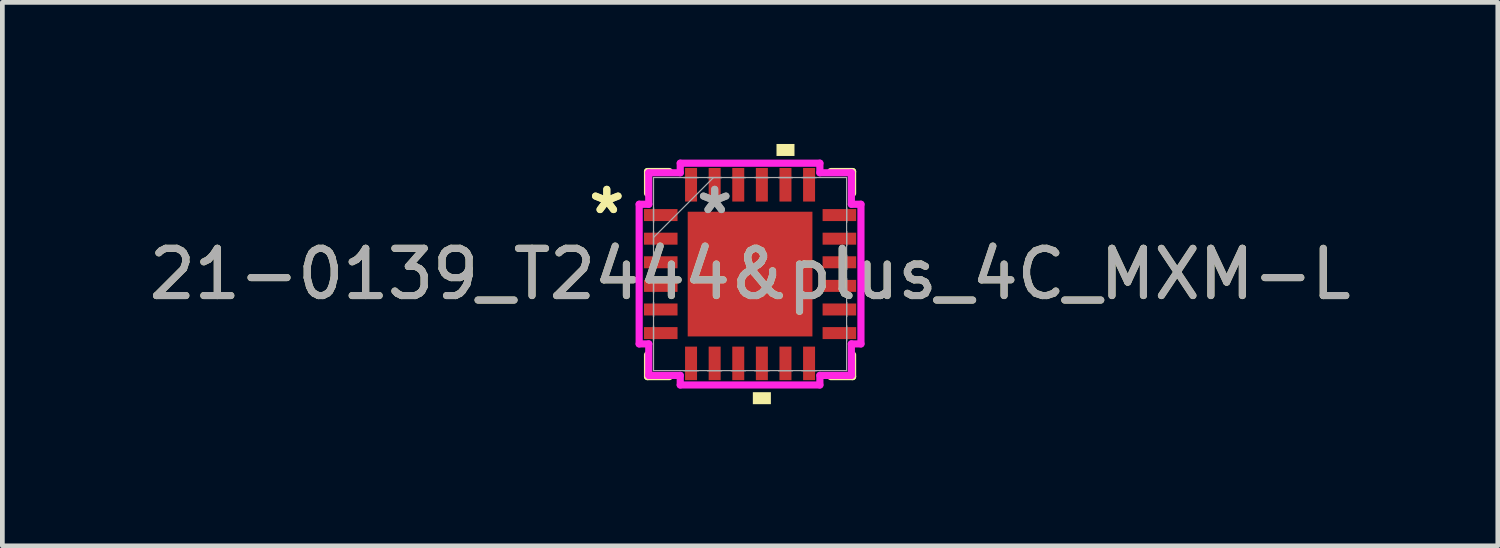
<source format=kicad_pcb>
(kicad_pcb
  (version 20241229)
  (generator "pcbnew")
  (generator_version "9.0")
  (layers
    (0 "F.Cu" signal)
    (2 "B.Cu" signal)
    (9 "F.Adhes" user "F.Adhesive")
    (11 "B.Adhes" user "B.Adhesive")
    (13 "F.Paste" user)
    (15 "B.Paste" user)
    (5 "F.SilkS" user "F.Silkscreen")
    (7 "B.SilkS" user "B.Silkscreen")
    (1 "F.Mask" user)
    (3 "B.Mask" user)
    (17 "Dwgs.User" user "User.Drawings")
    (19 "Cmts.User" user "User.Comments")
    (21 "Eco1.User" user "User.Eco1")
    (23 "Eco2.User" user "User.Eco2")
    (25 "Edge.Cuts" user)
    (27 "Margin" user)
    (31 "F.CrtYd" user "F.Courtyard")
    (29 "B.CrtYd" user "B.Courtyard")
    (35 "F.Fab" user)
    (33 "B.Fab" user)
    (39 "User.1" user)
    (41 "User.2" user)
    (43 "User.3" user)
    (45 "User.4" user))
  (footprint "21-0139_T2444&plus_4C_MXM-L"
    (layer "F.Cu")
    (at 12.839 2.756)
    (property "Reference" "21-0139_T2444&plus_4C_MXM-L" (at 0 0 0) (unlocked yes) (layer "F.SilkS") (effects (font (size 1 1) (thickness 0.15))))
    (attr smd)
    (fp_line (start -2.172 -2.172) (end -2.172 -1.71) (stroke (width 0.152) (type solid)) (layer "F.SilkS"))
    (fp_line (start -2.172 1.71) (end -2.172 2.172) (stroke (width 0.152) (type solid)) (layer "F.SilkS"))
    (fp_line (start -2.172 2.172) (end -1.71 2.172) (stroke (width 0.152) (type solid)) (layer "F.SilkS"))
    (fp_line (start -1.71 -2.172) (end -2.172 -2.172) (stroke (width 0.152) (type solid)) (layer "F.SilkS"))
    (fp_line (start 1.71 2.172) (end 2.172 2.172) (stroke (width 0.152) (type solid)) (layer "F.SilkS"))
    (fp_line (start 2.172 -2.172) (end 1.71 -2.172) (stroke (width 0.152) (type solid)) (layer "F.SilkS"))
    (fp_line (start 2.172 -1.71) (end 2.172 -2.172) (stroke (width 0.152) (type solid)) (layer "F.SilkS"))
    (fp_line (start 2.172 2.172) (end 2.172 1.71) (stroke (width 0.152) (type solid)) (layer "F.SilkS"))
    (fp_poly (pts (xy 0.059 2.502) (xy 0.059 2.756) (xy 0.441 2.756) (xy 0.441 2.502)) (stroke (width 0) (type solid)) (fill yes) (layer "F.SilkS"))
    (fp_poly (pts (xy 0.56 -2.502) (xy 0.56 -2.756) (xy 0.941 -2.756) (xy 0.941 -2.502)) (stroke (width 0) (type solid)) (fill yes) (layer "F.SilkS"))
    (fp_line (start -2.349 -1.479) (end -2.146 -1.479) (stroke (width 0.152) (type solid)) (layer "F.CrtYd"))
    (fp_line (start -2.349 1.479) (end -2.349 -1.479) (stroke (width 0.152) (type solid)) (layer "F.CrtYd"))
    (fp_line (start -2.146 -2.146) (end -1.479 -2.146) (stroke (width 0.152) (type solid)) (layer "F.CrtYd"))
    (fp_line (start -2.146 -1.479) (end -2.146 -2.146) (stroke (width 0.152) (type solid)) (layer "F.CrtYd"))
    (fp_line (start -2.146 1.479) (end -2.349 1.479) (stroke (width 0.152) (type solid)) (layer "F.CrtYd"))
    (fp_line (start -2.146 2.146) (end -2.146 1.479) (stroke (width 0.152) (type solid)) (layer "F.CrtYd"))
    (fp_line (start -1.479 -2.349) (end 1.479 -2.349) (stroke (width 0.152) (type solid)) (layer "F.CrtYd"))
    (fp_line (start -1.479 -2.146) (end -1.479 -2.349) (stroke (width 0.152) (type solid)) (layer "F.CrtYd"))
    (fp_line (start -1.479 2.146) (end -2.146 2.146) (stroke (width 0.152) (type solid)) (layer "F.CrtYd"))
    (fp_line (start -1.479 2.349) (end -1.479 2.146) (stroke (width 0.152) (type solid)) (layer "F.CrtYd"))
    (fp_line (start 1.479 -2.349) (end 1.479 -2.146) (stroke (width 0.152) (type solid)) (layer "F.CrtYd"))
    (fp_line (start 1.479 -2.146) (end 2.146 -2.146) (stroke (width 0.152) (type solid)) (layer "F.CrtYd"))
    (fp_line (start 1.479 2.146) (end 1.479 2.349) (stroke (width 0.152) (type solid)) (layer "F.CrtYd"))
    (fp_line (start 1.479 2.349) (end -1.479 2.349) (stroke (width 0.152) (type solid)) (layer "F.CrtYd"))
    (fp_line (start 2.146 -2.146) (end 2.146 -1.479) (stroke (width 0.152) (type solid)) (layer "F.CrtYd"))
    (fp_line (start 2.146 -1.479) (end 2.349 -1.479) (stroke (width 0.152) (type solid)) (layer "F.CrtYd"))
    (fp_line (start 2.146 1.479) (end 2.146 2.146) (stroke (width 0.152) (type solid)) (layer "F.CrtYd"))
    (fp_line (start 2.146 2.146) (end 1.479 2.146) (stroke (width 0.152) (type solid)) (layer "F.CrtYd"))
    (fp_line (start 2.349 -1.479) (end 2.349 1.479) (stroke (width 0.152) (type solid)) (layer "F.CrtYd"))
    (fp_line (start 2.349 1.479) (end 2.146 1.479) (stroke (width 0.152) (type solid)) (layer "F.CrtYd"))
    (fp_line (start -2.045 -2.045) (end -2.045 2.045) (stroke (width 0.025) (type solid)) (layer "F.Fab"))
    (fp_line (start -2.045 -1.402) (end -2.045 -1.402) (stroke (width 0.025) (type solid)) (layer "F.Fab"))
    (fp_line (start -2.045 -1.402) (end -2.045 -1.098) (stroke (width 0.025) (type solid)) (layer "F.Fab"))
    (fp_line (start -2.045 -1.098) (end -2.045 -1.402) (stroke (width 0.025) (type solid)) (layer "F.Fab"))
    (fp_line (start -2.045 -1.098) (end -2.045 -1.098) (stroke (width 0.025) (type solid)) (layer "F.Fab"))
    (fp_line (start -2.045 -0.902) (end -2.045 -0.902) (stroke (width 0.025) (type solid)) (layer "F.Fab"))
    (fp_line (start -2.045 -0.902) (end -2.045 -0.598) (stroke (width 0.025) (type solid)) (layer "F.Fab"))
    (fp_line (start -2.045 -0.775) (end -0.775 -2.045) (stroke (width 0.025) (type solid)) (layer "F.Fab"))
    (fp_line (start -2.045 -0.598) (end -2.045 -0.902) (stroke (width 0.025) (type solid)) (layer "F.Fab"))
    (fp_line (start -2.045 -0.598) (end -2.045 -0.598) (stroke (width 0.025) (type solid)) (layer "F.Fab"))
    (fp_line (start -2.045 -0.402) (end -2.045 -0.402) (stroke (width 0.025) (type solid)) (layer "F.Fab"))
    (fp_line (start -2.045 -0.402) (end -2.045 -0.098) (stroke (width 0.025) (type solid)) (layer "F.Fab"))
    (fp_line (start -2.045 -0.098) (end -2.045 -0.402) (stroke (width 0.025) (type solid)) (layer "F.Fab"))
    (fp_line (start -2.045 -0.098) (end -2.045 -0.098) (stroke (width 0.025) (type solid)) (layer "F.Fab"))
    (fp_line (start -2.045 0.098) (end -2.045 0.098) (stroke (width 0.025) (type solid)) (layer "F.Fab"))
    (fp_line (start -2.045 0.098) (end -2.045 0.402) (stroke (width 0.025) (type solid)) (layer "F.Fab"))
    (fp_line (start -2.045 0.402) (end -2.045 0.098) (stroke (width 0.025) (type solid)) (layer "F.Fab"))
    (fp_line (start -2.045 0.402) (end -2.045 0.402) (stroke (width 0.025) (type solid)) (layer "F.Fab"))
    (fp_line (start -2.045 0.598) (end -2.045 0.598) (stroke (width 0.025) (type solid)) (layer "F.Fab"))
    (fp_line (start -2.045 0.598) (end -2.045 0.902) (stroke (width 0.025) (type solid)) (layer "F.Fab"))
    (fp_line (start -2.045 0.902) (end -2.045 0.598) (stroke (width 0.025) (type solid)) (layer "F.Fab"))
    (fp_line (start -2.045 0.902) (end -2.045 0.902) (stroke (width 0.025) (type solid)) (layer "F.Fab"))
    (fp_line (start -2.045 1.098) (end -2.045 1.098) (stroke (width 0.025) (type solid)) (layer "F.Fab"))
    (fp_line (start -2.045 1.098) (end -2.045 1.402) (stroke (width 0.025) (type solid)) (layer "F.Fab"))
    (fp_line (start -2.045 1.402) (end -2.045 1.098) (stroke (width 0.025) (type solid)) (layer "F.Fab"))
    (fp_line (start -2.045 1.402) (end -2.045 1.402) (stroke (width 0.025) (type solid)) (layer "F.Fab"))
    (fp_line (start -2.045 2.045) (end 2.045 2.045) (stroke (width 0.025) (type solid)) (layer "F.Fab"))
    (fp_line (start -1.402 -2.045) (end -1.402 -2.045) (stroke (width 0.025) (type solid)) (layer "F.Fab"))
    (fp_line (start -1.402 -2.045) (end -1.098 -2.045) (stroke (width 0.025) (type solid)) (layer "F.Fab"))
    (fp_line (start -1.402 2.045) (end -1.402 2.045) (stroke (width 0.025) (type solid)) (layer "F.Fab"))
    (fp_line (start -1.402 2.045) (end -1.098 2.045) (stroke (width 0.025) (type solid)) (layer "F.Fab"))
    (fp_line (start -1.098 -2.045) (end -1.402 -2.045) (stroke (width 0.025) (type solid)) (layer "F.Fab"))
    (fp_line (start -1.098 -2.045) (end -1.098 -2.045) (stroke (width 0.025) (type solid)) (layer "F.Fab"))
    (fp_line (start -1.098 2.045) (end -1.402 2.045) (stroke (width 0.025) (type solid)) (layer "F.Fab"))
    (fp_line (start -1.098 2.045) (end -1.098 2.045) (stroke (width 0.025) (type solid)) (layer "F.Fab"))
    (fp_line (start -0.902 -2.045) (end -0.902 -2.045) (stroke (width 0.025) (type solid)) (layer "F.Fab"))
    (fp_line (start -0.902 -2.045) (end -0.598 -2.045) (stroke (width 0.025) (type solid)) (layer "F.Fab"))
    (fp_line (start -0.902 2.045) (end -0.902 2.045) (stroke (width 0.025) (type solid)) (layer "F.Fab"))
    (fp_line (start -0.902 2.045) (end -0.598 2.045) (stroke (width 0.025) (type solid)) (layer "F.Fab"))
    (fp_line (start -0.598 -2.045) (end -0.902 -2.045) (stroke (width 0.025) (type solid)) (layer "F.Fab"))
    (fp_line (start -0.598 -2.045) (end -0.598 -2.045) (stroke (width 0.025) (type solid)) (layer "F.Fab"))
    (fp_line (start -0.598 2.045) (end -0.902 2.045) (stroke (width 0.025) (type solid)) (layer "F.Fab"))
    (fp_line (start -0.598 2.045) (end -0.598 2.045) (stroke (width 0.025) (type solid)) (layer "F.Fab"))
    (fp_line (start -0.402 -2.045) (end -0.402 -2.045) (stroke (width 0.025) (type solid)) (layer "F.Fab"))
    (fp_line (start -0.402 -2.045) (end -0.098 -2.045) (stroke (width 0.025) (type solid)) (layer "F.Fab"))
    (fp_line (start -0.402 2.045) (end -0.402 2.045) (stroke (width 0.025) (type solid)) (layer "F.Fab"))
    (fp_line (start -0.402 2.045) (end -0.098 2.045) (stroke (width 0.025) (type solid)) (layer "F.Fab"))
    (fp_line (start -0.098 -2.045) (end -0.402 -2.045) (stroke (width 0.025) (type solid)) (layer "F.Fab"))
    (fp_line (start -0.098 -2.045) (end -0.098 -2.045) (stroke (width 0.025) (type solid)) (layer "F.Fab"))
    (fp_line (start -0.098 2.045) (end -0.402 2.045) (stroke (width 0.025) (type solid)) (layer "F.Fab"))
    (fp_line (start -0.098 2.045) (end -0.098 2.045) (stroke (width 0.025) (type solid)) (layer "F.Fab"))
    (fp_line (start 0.098 -2.045) (end 0.098 -2.045) (stroke (width 0.025) (type solid)) (layer "F.Fab"))
    (fp_line (start 0.098 -2.045) (end 0.402 -2.045) (stroke (width 0.025) (type solid)) (layer "F.Fab"))
    (fp_line (start 0.098 2.045) (end 0.098 2.045) (stroke (width 0.025) (type solid)) (layer "F.Fab"))
    (fp_line (start 0.098 2.045) (end 0.402 2.045) (stroke (width 0.025) (type solid)) (layer "F.Fab"))
    (fp_line (start 0.402 -2.045) (end 0.098 -2.045) (stroke (width 0.025) (type solid)) (layer "F.Fab"))
    (fp_line (start 0.402 -2.045) (end 0.402 -2.045) (stroke (width 0.025) (type solid)) (layer "F.Fab"))
    (fp_line (start 0.402 2.045) (end 0.098 2.045) (stroke (width 0.025) (type solid)) (layer "F.Fab"))
    (fp_line (start 0.402 2.045) (end 0.402 2.045) (stroke (width 0.025) (type solid)) (layer "F.Fab"))
    (fp_line (start 0.598 -2.045) (end 0.598 -2.045) (stroke (width 0.025) (type solid)) (layer "F.Fab"))
    (fp_line (start 0.598 -2.045) (end 0.902 -2.045) (stroke (width 0.025) (type solid)) (layer "F.Fab"))
    (fp_line (start 0.598 2.045) (end 0.598 2.045) (stroke (width 0.025) (type solid)) (layer "F.Fab"))
    (fp_line (start 0.598 2.045) (end 0.902 2.045) (stroke (width 0.025) (type solid)) (layer "F.Fab"))
    (fp_line (start 0.902 -2.045) (end 0.598 -2.045) (stroke (width 0.025) (type solid)) (layer "F.Fab"))
    (fp_line (start 0.902 -2.045) (end 0.902 -2.045) (stroke (width 0.025) (type solid)) (layer "F.Fab"))
    (fp_line (start 0.902 2.045) (end 0.598 2.045) (stroke (width 0.025) (type solid)) (layer "F.Fab"))
    (fp_line (start 0.902 2.045) (end 0.902 2.045) (stroke (width 0.025) (type solid)) (layer "F.Fab"))
    (fp_line (start 1.098 -2.045) (end 1.098 -2.045) (stroke (width 0.025) (type solid)) (layer "F.Fab"))
    (fp_line (start 1.098 -2.045) (end 1.402 -2.045) (stroke (width 0.025) (type solid)) (layer "F.Fab"))
    (fp_line (start 1.098 2.045) (end 1.098 2.045) (stroke (width 0.025) (type solid)) (layer "F.Fab"))
    (fp_line (start 1.098 2.045) (end 1.402 2.045) (stroke (width 0.025) (type solid)) (layer "F.Fab"))
    (fp_line (start 1.402 -2.045) (end 1.098 -2.045) (stroke (width 0.025) (type solid)) (layer "F.Fab"))
    (fp_line (start 1.402 -2.045) (end 1.402 -2.045) (stroke (width 0.025) (type solid)) (layer "F.Fab"))
    (fp_line (start 1.402 2.045) (end 1.098 2.045) (stroke (width 0.025) (type solid)) (layer "F.Fab"))
    (fp_line (start 1.402 2.045) (end 1.402 2.045) (stroke (width 0.025) (type solid)) (layer "F.Fab"))
    (fp_line (start 2.045 -2.045) (end -2.045 -2.045) (stroke (width 0.025) (type solid)) (layer "F.Fab"))
    (fp_line (start 2.045 -1.402) (end 2.045 -1.402) (stroke (width 0.025) (type solid)) (layer "F.Fab"))
    (fp_line (start 2.045 -1.402) (end 2.045 -1.098) (stroke (width 0.025) (type solid)) (layer "F.Fab"))
    (fp_line (start 2.045 -1.098) (end 2.045 -1.402) (stroke (width 0.025) (type solid)) (layer "F.Fab"))
    (fp_line (start 2.045 -1.098) (end 2.045 -1.098) (stroke (width 0.025) (type solid)) (layer "F.Fab"))
    (fp_line (start 2.045 -0.902) (end 2.045 -0.902) (stroke (width 0.025) (type solid)) (layer "F.Fab"))
    (fp_line (start 2.045 -0.902) (end 2.045 -0.598) (stroke (width 0.025) (type solid)) (layer "F.Fab"))
    (fp_line (start 2.045 -0.598) (end 2.045 -0.902) (stroke (width 0.025) (type solid)) (layer "F.Fab"))
    (fp_line (start 2.045 -0.598) (end 2.045 -0.598) (stroke (width 0.025) (type solid)) (layer "F.Fab"))
    (fp_line (start 2.045 -0.402) (end 2.045 -0.402) (stroke (width 0.025) (type solid)) (layer "F.Fab"))
    (fp_line (start 2.045 -0.402) (end 2.045 -0.098) (stroke (width 0.025) (type solid)) (layer "F.Fab"))
    (fp_line (start 2.045 -0.098) (end 2.045 -0.402) (stroke (width 0.025) (type solid)) (layer "F.Fab"))
    (fp_line (start 2.045 -0.098) (end 2.045 -0.098) (stroke (width 0.025) (type solid)) (layer "F.Fab"))
    (fp_line (start 2.045 0.098) (end 2.045 0.098) (stroke (width 0.025) (type solid)) (layer "F.Fab"))
    (fp_line (start 2.045 0.098) (end 2.045 0.402) (stroke (width 0.025) (type solid)) (layer "F.Fab"))
    (fp_line (start 2.045 0.402) (end 2.045 0.098) (stroke (width 0.025) (type solid)) (layer "F.Fab"))
    (fp_line (start 2.045 0.402) (end 2.045 0.402) (stroke (width 0.025) (type solid)) (layer "F.Fab"))
    (fp_line (start 2.045 0.598) (end 2.045 0.598) (stroke (width 0.025) (type solid)) (layer "F.Fab"))
    (fp_line (start 2.045 0.598) (end 2.045 0.902) (stroke (width 0.025) (type solid)) (layer "F.Fab"))
    (fp_line (start 2.045 0.902) (end 2.045 0.598) (stroke (width 0.025) (type solid)) (layer "F.Fab"))
    (fp_line (start 2.045 0.902) (end 2.045 0.902) (stroke (width 0.025) (type solid)) (layer "F.Fab"))
    (fp_line (start 2.045 1.098) (end 2.045 1.098) (stroke (width 0.025) (type solid)) (layer "F.Fab"))
    (fp_line (start 2.045 1.098) (end 2.045 1.402) (stroke (width 0.025) (type solid)) (layer "F.Fab"))
    (fp_line (start 2.045 1.402) (end 2.045 1.098) (stroke (width 0.025) (type solid)) (layer "F.Fab"))
    (fp_line (start 2.045 1.402) (end 2.045 1.402) (stroke (width 0.025) (type solid)) (layer "F.Fab"))
    (fp_line (start 2.045 2.045) (end 2.045 -2.045) (stroke (width 0.025) (type solid)) (layer "F.Fab"))
    (fp_text user "*" (at -3.035 -1.25 0) (layer "F.SilkS") (effects (font (size 1 1) (thickness 0.15))))
    (fp_text user "*" (at -3.035 -1.25 0) (unlocked yes) (layer "F.SilkS") (effects (font (size 1 1) (thickness 0.15))))
    (fp_text user "*" (at -0.749 -1.25 0) (layer "F.Fab") (effects (font (size 1 1) (thickness 0.15))))
    (fp_text user "${REFERENCE}" (at 0 0 0) (unlocked yes) (layer "F.Fab") (effects (font (size 1 1) (thickness 0.15))))
    (fp_text user "*" (at -0.749 -1.25 0) (unlocked yes) (layer "F.Fab") (effects (font (size 1 1) (thickness 0.15))))
    (pad "1" smd rect (at -1.892 -1.25 90) (size 0.254 0.711) (layers "F.Cu" "F.Mask" "F.Paste"))
    (pad "2" smd rect (at -1.892 -0.75 90) (size 0.254 0.711) (layers "F.Cu" "F.Mask" "F.Paste"))
    (pad "3" smd rect (at -1.892 -0.25 90) (size 0.254 0.711) (layers "F.Cu" "F.Mask" "F.Paste"))
    (pad "4" smd rect (at -1.892 0.25 90) (size 0.254 0.711) (layers "F.Cu" "F.Mask" "F.Paste"))
    (pad "5" smd rect (at -1.892 0.75 90) (size 0.254 0.711) (layers "F.Cu" "F.Mask" "F.Paste"))
    (pad "6" smd rect (at -1.892 1.25 90) (size 0.254 0.711) (layers "F.Cu" "F.Mask" "F.Paste"))
    (pad "7" smd rect (at -1.25 1.892) (size 0.254 0.711) (layers "F.Cu" "F.Mask" "F.Paste"))
    (pad "8" smd rect (at -0.75 1.892) (size 0.254 0.711) (layers "F.Cu" "F.Mask" "F.Paste"))
    (pad "9" smd rect (at -0.25 1.892) (size 0.254 0.711) (layers "F.Cu" "F.Mask" "F.Paste"))
    (pad "10" smd rect (at 0.25 1.892) (size 0.254 0.711) (layers "F.Cu" "F.Mask" "F.Paste"))
    (pad "11" smd rect (at 0.75 1.892) (size 0.254 0.711) (layers "F.Cu" "F.Mask" "F.Paste"))
    (pad "12" smd rect (at 1.25 1.892) (size 0.254 0.711) (layers "F.Cu" "F.Mask" "F.Paste"))
    (pad "13" smd rect (at 1.892 1.25 90) (size 0.254 0.711) (layers "F.Cu" "F.Mask" "F.Paste"))
    (pad "14" smd rect (at 1.892 0.75 90) (size 0.254 0.711) (layers "F.Cu" "F.Mask" "F.Paste"))
    (pad "15" smd rect (at 1.892 0.25 90) (size 0.254 0.711) (layers "F.Cu" "F.Mask" "F.Paste"))
    (pad "16" smd rect (at 1.892 -0.25 90) (size 0.254 0.711) (layers "F.Cu" "F.Mask" "F.Paste"))
    (pad "17" smd rect (at 1.892 -0.75 90) (size 0.254 0.711) (layers "F.Cu" "F.Mask" "F.Paste"))
    (pad "18" smd rect (at 1.892 -1.25 90) (size 0.254 0.711) (layers "F.Cu" "F.Mask" "F.Paste"))
    (pad "19" smd rect (at 1.25 -1.892) (size 0.254 0.711) (layers "F.Cu" "F.Mask" "F.Paste"))
    (pad "20" smd rect (at 0.75 -1.892) (size 0.254 0.711) (layers "F.Cu" "F.Mask" "F.Paste"))
    (pad "21" smd rect (at 0.25 -1.892) (size 0.254 0.711) (layers "F.Cu" "F.Mask" "F.Paste"))
    (pad "22" smd rect (at -0.25 -1.892) (size 0.254 0.711) (layers "F.Cu" "F.Mask" "F.Paste"))
    (pad "23" smd rect (at -0.75 -1.892) (size 0.254 0.711) (layers "F.Cu" "F.Mask" "F.Paste"))
    (pad "24" smd rect (at -1.25 -1.892) (size 0.254 0.711) (layers "F.Cu" "F.Mask" "F.Paste"))
    (pad "25" smd rect (at 0 0) (size 2.642 2.642) (layers "F.Cu" "F.Mask" "F.Paste")))
  (gr_rect
    (start -3 -3)
    (end 28.679 8.512)
    (stroke (width 0.1) (type default))
    (fill no)
    (layer "Edge.Cuts")))
</source>
